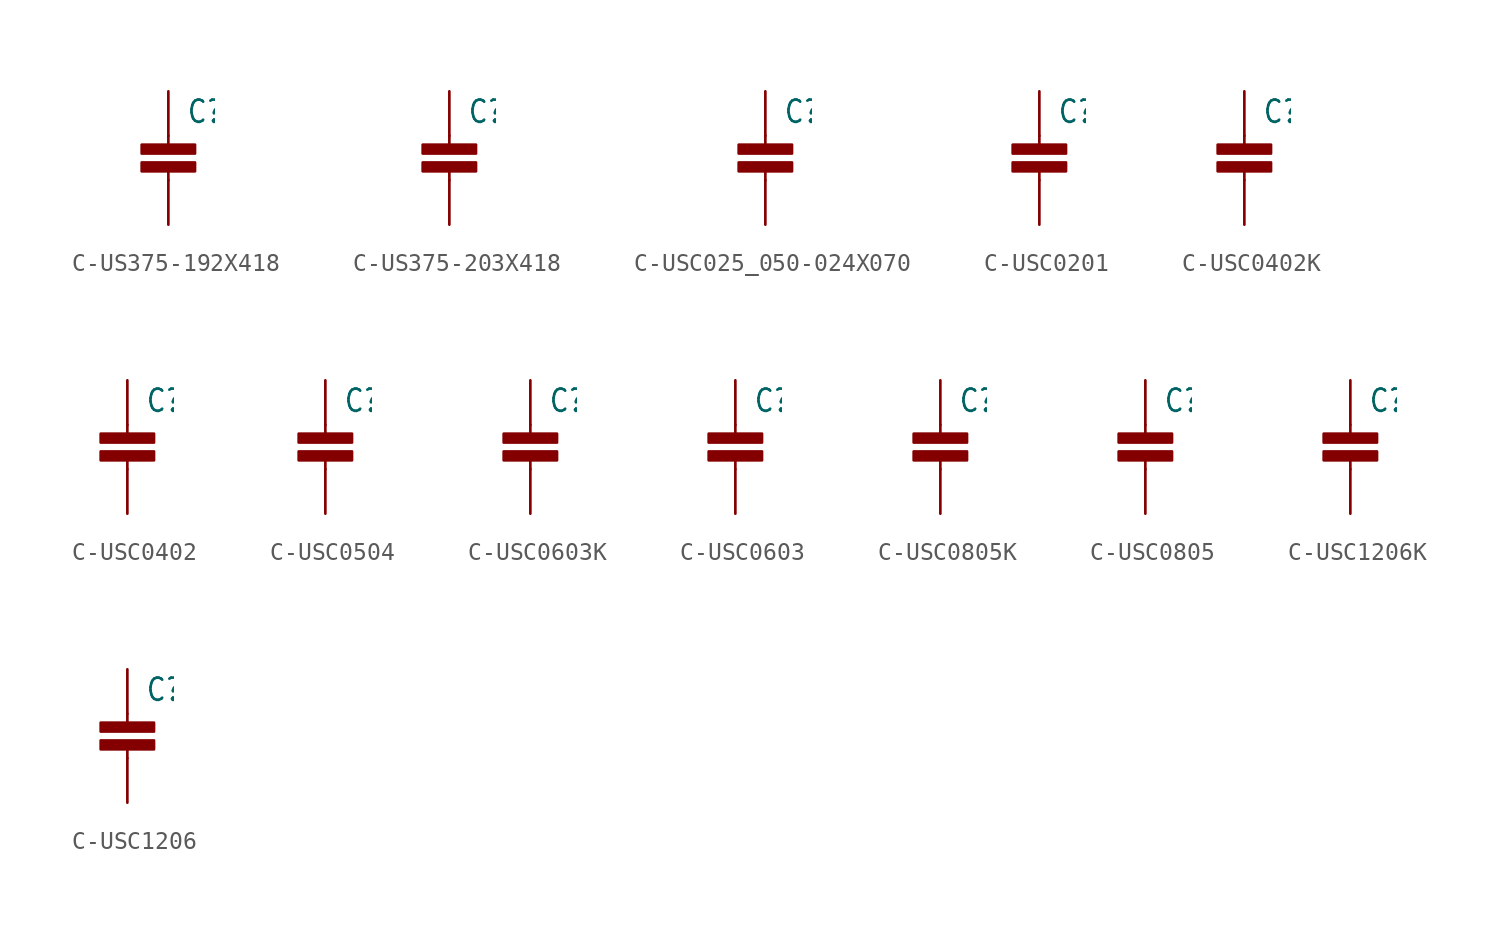
<source format=kicad_sym>
(kicad_symbol_lib
  (version 20231120)
  (generator "kicad_symbol_editor")
  (generator_version "8.99")
  (symbol "C-US375-192X418"
    (property "Reference" "C"
      (at 1.016 0.635 0)
      (effects (font (size 1.27 1.079)) (justify left bottom)))
    (property "Value" ""
      (at 1.016 -4.191 0)
      (effects (font (size 1.27 1.079)) (justify left bottom)))
    (property "ki_locked" ""
      (at 0 0 0)
      (effects (font (size 1.27 1.27))))
    (symbol "C-US375-192X418_1_0"
      (rectangle (start -1.524 -2.032) (end 1.524 -1.524) (stroke (width 0) (type default)) (fill (type outline)))
      (rectangle (start -1.524 -1.016) (end 1.524 -0.508) (stroke (width 0) (type default)) (fill (type outline)))
      (polyline (pts (xy 0 -2.54) (xy 0 -2.032)) (stroke (width 0.152) (type solid)) (fill (type none)))
      (polyline (pts (xy 0 0) (xy 0 -0.508)) (stroke (width 0.152) (type solid)) (fill (type none)))
      (pin passive line (at 0 2.54 270) (length 2.54) (name "1" (effects (font (size 0 0)))) (number "1" (effects (font (size 0 0)))))
      (pin passive line (at 0 -5.08 90) (length 2.54) (name "2" (effects (font (size 0 0)))) (number "2" (effects (font (size 0 0)))))))
  (symbol "C-US375-203X418"
    (property "Reference" "C"
      (at 1.016 0.635 0)
      (effects (font (size 1.27 1.079)) (justify left bottom)))
    (property "Value" ""
      (at 1.016 -4.191 0)
      (effects (font (size 1.27 1.079)) (justify left bottom)))
    (property "ki_locked" ""
      (at 0 0 0)
      (effects (font (size 1.27 1.27))))
    (symbol "C-US375-203X418_1_0"
      (rectangle (start -1.524 -2.032) (end 1.524 -1.524) (stroke (width 0) (type default)) (fill (type outline)))
      (rectangle (start -1.524 -1.016) (end 1.524 -0.508) (stroke (width 0) (type default)) (fill (type outline)))
      (polyline (pts (xy 0 -2.54) (xy 0 -2.032)) (stroke (width 0.152) (type solid)) (fill (type none)))
      (polyline (pts (xy 0 0) (xy 0 -0.508)) (stroke (width 0.152) (type solid)) (fill (type none)))
      (pin passive line (at 0 2.54 270) (length 2.54) (name "1" (effects (font (size 0 0)))) (number "1" (effects (font (size 0 0)))))
      (pin passive line (at 0 -5.08 90) (length 2.54) (name "2" (effects (font (size 0 0)))) (number "2" (effects (font (size 0 0)))))))
  (symbol "C-USC025_050-024X070"
    (property "Reference" "C"
      (at 1.016 0.635 0)
      (effects (font (size 1.27 1.079)) (justify left bottom)))
    (property "Value" ""
      (at 1.016 -4.191 0)
      (effects (font (size 1.27 1.079)) (justify left bottom)))
    (property "ki_locked" ""
      (at 0 0 0)
      (effects (font (size 1.27 1.27))))
    (symbol "C-USC025_050-024X070_1_0"
      (rectangle (start -1.524 -2.032) (end 1.524 -1.524) (stroke (width 0) (type default)) (fill (type outline)))
      (rectangle (start -1.524 -1.016) (end 1.524 -0.508) (stroke (width 0) (type default)) (fill (type outline)))
      (polyline (pts (xy 0 -2.54) (xy 0 -2.032)) (stroke (width 0.152) (type solid)) (fill (type none)))
      (polyline (pts (xy 0 0) (xy 0 -0.508)) (stroke (width 0.152) (type solid)) (fill (type none)))
      (pin passive line (at 0 2.54 270) (length 2.54) (name "1" (effects (font (size 0 0)))) (number "1" (effects (font (size 0 0)))))
      (pin passive line (at 0 -5.08 90) (length 2.54) (name "2" (effects (font (size 0 0)))) (number "2" (effects (font (size 0 0)))))))
  (symbol "C-USC0201"
    (property "Reference" "C"
      (at 1.016 0.635 0)
      (effects (font (size 1.27 1.079)) (justify left bottom)))
    (property "Value" ""
      (at 1.016 -4.191 0)
      (effects (font (size 1.27 1.079)) (justify left bottom)))
    (property "ki_locked" ""
      (at 0 0 0)
      (effects (font (size 1.27 1.27))))
    (symbol "C-USC0201_1_0"
      (rectangle (start -1.524 -2.032) (end 1.524 -1.524) (stroke (width 0) (type default)) (fill (type outline)))
      (rectangle (start -1.524 -1.016) (end 1.524 -0.508) (stroke (width 0) (type default)) (fill (type outline)))
      (polyline (pts (xy 0 -2.54) (xy 0 -2.032)) (stroke (width 0.152) (type solid)) (fill (type none)))
      (polyline (pts (xy 0 0) (xy 0 -0.508)) (stroke (width 0.152) (type solid)) (fill (type none)))
      (pin passive line (at 0 2.54 270) (length 2.54) (name "1" (effects (font (size 0 0)))) (number "1" (effects (font (size 0 0)))))
      (pin passive line (at 0 -5.08 90) (length 2.54) (name "2" (effects (font (size 0 0)))) (number "2" (effects (font (size 0 0)))))))
  (symbol "C-USC0402K"
    (property "Reference" "C"
      (at 1.016 0.635 0)
      (effects (font (size 1.27 1.079)) (justify left bottom)))
    (property "Value" ""
      (at 1.016 -4.191 0)
      (effects (font (size 1.27 1.079)) (justify left bottom)))
    (property "ki_locked" ""
      (at 0 0 0)
      (effects (font (size 1.27 1.27))))
    (symbol "C-USC0402K_1_0"
      (rectangle (start -1.524 -2.032) (end 1.524 -1.524) (stroke (width 0) (type default)) (fill (type outline)))
      (rectangle (start -1.524 -1.016) (end 1.524 -0.508) (stroke (width 0) (type default)) (fill (type outline)))
      (polyline (pts (xy 0 -2.54) (xy 0 -2.032)) (stroke (width 0.152) (type solid)) (fill (type none)))
      (polyline (pts (xy 0 0) (xy 0 -0.508)) (stroke (width 0.152) (type solid)) (fill (type none)))
      (pin passive line (at 0 2.54 270) (length 2.54) (name "1" (effects (font (size 0 0)))) (number "1" (effects (font (size 0 0)))))
      (pin passive line (at 0 -5.08 90) (length 2.54) (name "2" (effects (font (size 0 0)))) (number "2" (effects (font (size 0 0)))))))
  (symbol "C-USC0402"
    (property "Reference" "C"
      (at 1.016 0.635 0)
      (effects (font (size 1.27 1.079)) (justify left bottom)))
    (property "Value" ""
      (at 1.016 -4.191 0)
      (effects (font (size 1.27 1.079)) (justify left bottom)))
    (property "ki_locked" ""
      (at 0 0 0)
      (effects (font (size 1.27 1.27))))
    (symbol "C-USC0402_1_0"
      (rectangle (start -1.524 -2.032) (end 1.524 -1.524) (stroke (width 0) (type default)) (fill (type outline)))
      (rectangle (start -1.524 -1.016) (end 1.524 -0.508) (stroke (width 0) (type default)) (fill (type outline)))
      (polyline (pts (xy 0 -2.54) (xy 0 -2.032)) (stroke (width 0.152) (type solid)) (fill (type none)))
      (polyline (pts (xy 0 0) (xy 0 -0.508)) (stroke (width 0.152) (type solid)) (fill (type none)))
      (pin passive line (at 0 2.54 270) (length 2.54) (name "1" (effects (font (size 0 0)))) (number "1" (effects (font (size 0 0)))))
      (pin passive line (at 0 -5.08 90) (length 2.54) (name "2" (effects (font (size 0 0)))) (number "2" (effects (font (size 0 0)))))))
  (symbol "C-USC0504"
    (property "Reference" "C"
      (at 1.016 0.635 0)
      (effects (font (size 1.27 1.079)) (justify left bottom)))
    (property "Value" ""
      (at 1.016 -4.191 0)
      (effects (font (size 1.27 1.079)) (justify left bottom)))
    (property "ki_locked" ""
      (at 0 0 0)
      (effects (font (size 1.27 1.27))))
    (symbol "C-USC0504_1_0"
      (rectangle (start -1.524 -2.032) (end 1.524 -1.524) (stroke (width 0) (type default)) (fill (type outline)))
      (rectangle (start -1.524 -1.016) (end 1.524 -0.508) (stroke (width 0) (type default)) (fill (type outline)))
      (polyline (pts (xy 0 -2.54) (xy 0 -2.032)) (stroke (width 0.152) (type solid)) (fill (type none)))
      (polyline (pts (xy 0 0) (xy 0 -0.508)) (stroke (width 0.152) (type solid)) (fill (type none)))
      (pin passive line (at 0 2.54 270) (length 2.54) (name "1" (effects (font (size 0 0)))) (number "1" (effects (font (size 0 0)))))
      (pin passive line (at 0 -5.08 90) (length 2.54) (name "2" (effects (font (size 0 0)))) (number "2" (effects (font (size 0 0)))))))
  (symbol "C-USC0603K"
    (property "Reference" "C"
      (at 1.016 0.635 0)
      (effects (font (size 1.27 1.079)) (justify left bottom)))
    (property "Value" ""
      (at 1.016 -4.191 0)
      (effects (font (size 1.27 1.079)) (justify left bottom)))
    (property "ki_locked" ""
      (at 0 0 0)
      (effects (font (size 1.27 1.27))))
    (symbol "C-USC0603K_1_0"
      (rectangle (start -1.524 -2.032) (end 1.524 -1.524) (stroke (width 0) (type default)) (fill (type outline)))
      (rectangle (start -1.524 -1.016) (end 1.524 -0.508) (stroke (width 0) (type default)) (fill (type outline)))
      (polyline (pts (xy 0 -2.54) (xy 0 -2.032)) (stroke (width 0.152) (type solid)) (fill (type none)))
      (polyline (pts (xy 0 0) (xy 0 -0.508)) (stroke (width 0.152) (type solid)) (fill (type none)))
      (pin passive line (at 0 2.54 270) (length 2.54) (name "1" (effects (font (size 0 0)))) (number "1" (effects (font (size 0 0)))))
      (pin passive line (at 0 -5.08 90) (length 2.54) (name "2" (effects (font (size 0 0)))) (number "2" (effects (font (size 0 0)))))))
  (symbol "C-USC0603"
    (property "Reference" "C"
      (at 1.016 0.635 0)
      (effects (font (size 1.27 1.079)) (justify left bottom)))
    (property "Value" ""
      (at 1.016 -4.191 0)
      (effects (font (size 1.27 1.079)) (justify left bottom)))
    (property "ki_locked" ""
      (at 0 0 0)
      (effects (font (size 1.27 1.27))))
    (symbol "C-USC0603_1_0"
      (rectangle (start -1.524 -2.032) (end 1.524 -1.524) (stroke (width 0) (type default)) (fill (type outline)))
      (rectangle (start -1.524 -1.016) (end 1.524 -0.508) (stroke (width 0) (type default)) (fill (type outline)))
      (polyline (pts (xy 0 -2.54) (xy 0 -2.032)) (stroke (width 0.152) (type solid)) (fill (type none)))
      (polyline (pts (xy 0 0) (xy 0 -0.508)) (stroke (width 0.152) (type solid)) (fill (type none)))
      (pin passive line (at 0 2.54 270) (length 2.54) (name "1" (effects (font (size 0 0)))) (number "1" (effects (font (size 0 0)))))
      (pin passive line (at 0 -5.08 90) (length 2.54) (name "2" (effects (font (size 0 0)))) (number "2" (effects (font (size 0 0)))))))
  (symbol "C-USC0805K"
    (property "Reference" "C"
      (at 1.016 0.635 0)
      (effects (font (size 1.27 1.079)) (justify left bottom)))
    (property "Value" ""
      (at 1.016 -4.191 0)
      (effects (font (size 1.27 1.079)) (justify left bottom)))
    (property "ki_locked" ""
      (at 0 0 0)
      (effects (font (size 1.27 1.27))))
    (symbol "C-USC0805K_1_0"
      (rectangle (start -1.524 -2.032) (end 1.524 -1.524) (stroke (width 0) (type default)) (fill (type outline)))
      (rectangle (start -1.524 -1.016) (end 1.524 -0.508) (stroke (width 0) (type default)) (fill (type outline)))
      (polyline (pts (xy 0 -2.54) (xy 0 -2.032)) (stroke (width 0.152) (type solid)) (fill (type none)))
      (polyline (pts (xy 0 0) (xy 0 -0.508)) (stroke (width 0.152) (type solid)) (fill (type none)))
      (pin passive line (at 0 2.54 270) (length 2.54) (name "1" (effects (font (size 0 0)))) (number "1" (effects (font (size 0 0)))))
      (pin passive line (at 0 -5.08 90) (length 2.54) (name "2" (effects (font (size 0 0)))) (number "2" (effects (font (size 0 0)))))))
  (symbol "C-USC0805"
    (property "Reference" "C"
      (at 1.016 0.635 0)
      (effects (font (size 1.27 1.079)) (justify left bottom)))
    (property "Value" ""
      (at 1.016 -4.191 0)
      (effects (font (size 1.27 1.079)) (justify left bottom)))
    (property "ki_locked" ""
      (at 0 0 0)
      (effects (font (size 1.27 1.27))))
    (symbol "C-USC0805_1_0"
      (rectangle (start -1.524 -2.032) (end 1.524 -1.524) (stroke (width 0) (type default)) (fill (type outline)))
      (rectangle (start -1.524 -1.016) (end 1.524 -0.508) (stroke (width 0) (type default)) (fill (type outline)))
      (polyline (pts (xy 0 -2.54) (xy 0 -2.032)) (stroke (width 0.152) (type solid)) (fill (type none)))
      (polyline (pts (xy 0 0) (xy 0 -0.508)) (stroke (width 0.152) (type solid)) (fill (type none)))
      (pin passive line (at 0 2.54 270) (length 2.54) (name "1" (effects (font (size 0 0)))) (number "1" (effects (font (size 0 0)))))
      (pin passive line (at 0 -5.08 90) (length 2.54) (name "2" (effects (font (size 0 0)))) (number "2" (effects (font (size 0 0)))))))
  (symbol "C-USC1206K"
    (property "Reference" "C"
      (at 1.016 0.635 0)
      (effects (font (size 1.27 1.079)) (justify left bottom)))
    (property "Value" ""
      (at 1.016 -4.191 0)
      (effects (font (size 1.27 1.079)) (justify left bottom)))
    (property "ki_locked" ""
      (at 0 0 0)
      (effects (font (size 1.27 1.27))))
    (symbol "C-USC1206K_1_0"
      (rectangle (start -1.524 -2.032) (end 1.524 -1.524) (stroke (width 0) (type default)) (fill (type outline)))
      (rectangle (start -1.524 -1.016) (end 1.524 -0.508) (stroke (width 0) (type default)) (fill (type outline)))
      (polyline (pts (xy 0 -2.54) (xy 0 -2.032)) (stroke (width 0.152) (type solid)) (fill (type none)))
      (polyline (pts (xy 0 0) (xy 0 -0.508)) (stroke (width 0.152) (type solid)) (fill (type none)))
      (pin passive line (at 0 2.54 270) (length 2.54) (name "1" (effects (font (size 0 0)))) (number "1" (effects (font (size 0 0)))))
      (pin passive line (at 0 -5.08 90) (length 2.54) (name "2" (effects (font (size 0 0)))) (number "2" (effects (font (size 0 0)))))))
  (symbol "C-USC1206"
    (property "Reference" "C"
      (at 1.016 0.635 0)
      (effects (font (size 1.27 1.079)) (justify left bottom)))
    (property "Value" ""
      (at 1.016 -4.191 0)
      (effects (font (size 1.27 1.079)) (justify left bottom)))
    (property "ki_locked" ""
      (at 0 0 0)
      (effects (font (size 1.27 1.27))))
    (symbol "C-USC1206_1_0"
      (rectangle (start -1.524 -2.032) (end 1.524 -1.524) (stroke (width 0) (type default)) (fill (type outline)))
      (rectangle (start -1.524 -1.016) (end 1.524 -0.508) (stroke (width 0) (type default)) (fill (type outline)))
      (polyline (pts (xy 0 -2.54) (xy 0 -2.032)) (stroke (width 0.152) (type solid)) (fill (type none)))
      (polyline (pts (xy 0 0) (xy 0 -0.508)) (stroke (width 0.152) (type solid)) (fill (type none)))
      (pin passive line (at 0 2.54 270) (length 2.54) (name "1" (effects (font (size 0 0)))) (number "1" (effects (font (size 0 0)))))
      (pin passive line (at 0 -5.08 90) (length 2.54) (name "2" (effects (font (size 0 0)))) (number "2" (effects (font (size 0 0))))))))
</source>
